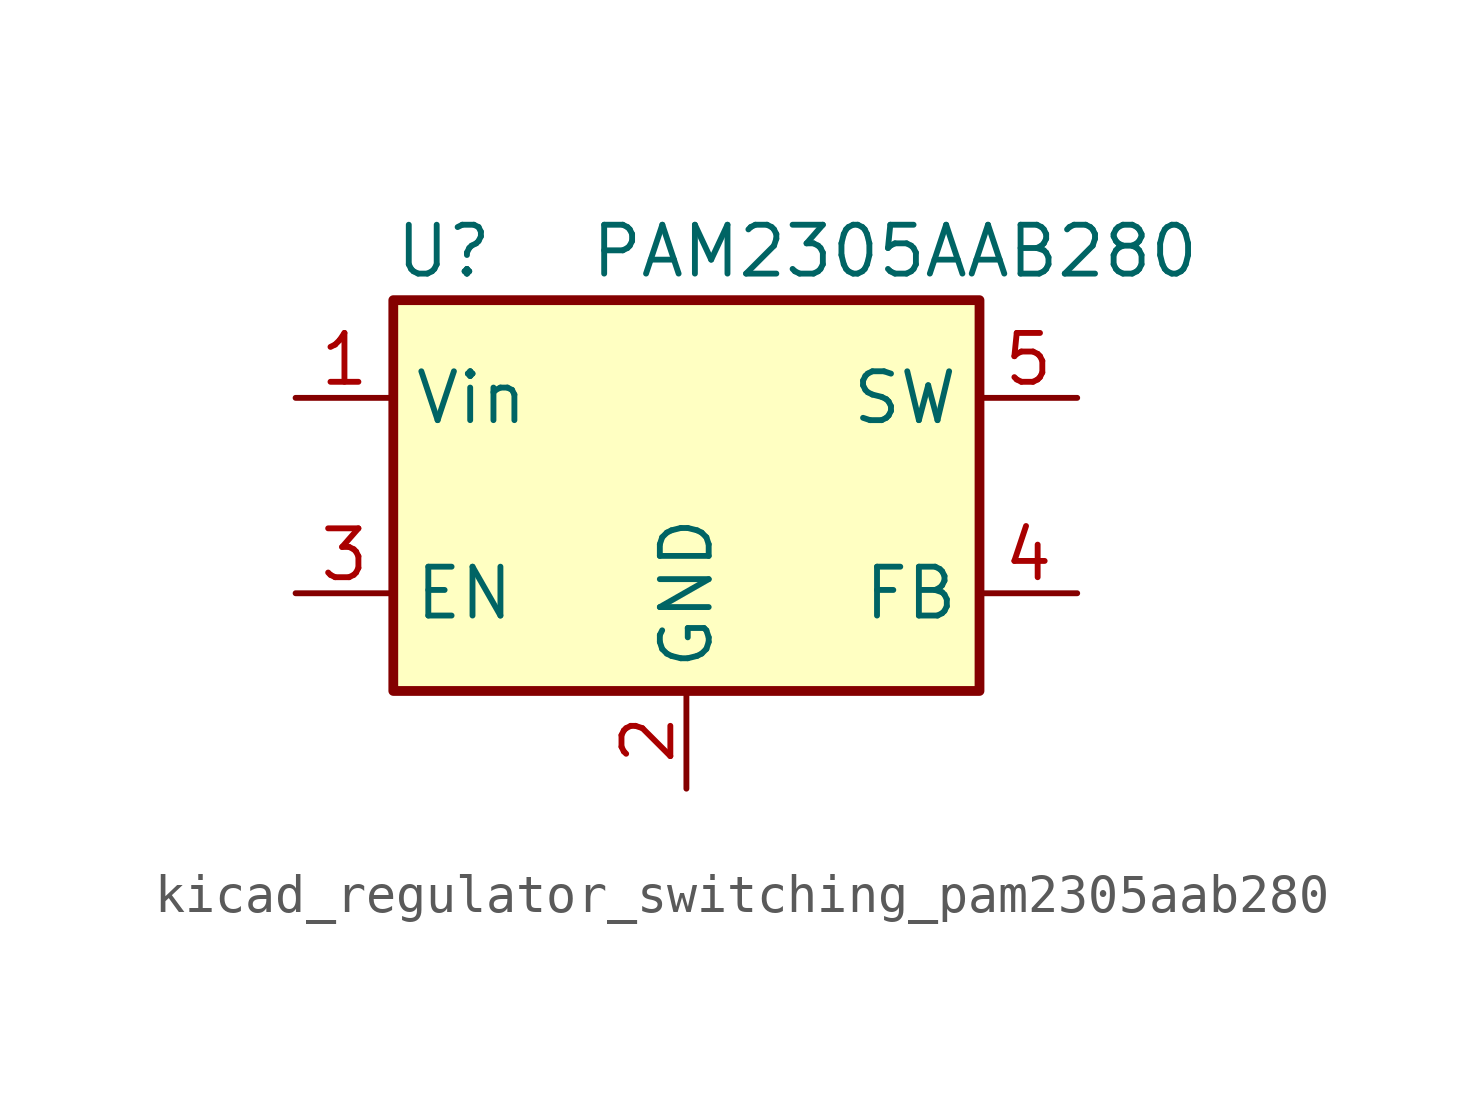
<source format=kicad_sym>
(kicad_symbol_lib
  (version 20220914)
  (generator kicad_symbol_editor)
  (symbol "kicad_regulator_switching_pam2305aab280"
    (property "Reference" "U"
      (at -7.62 6.35 0)
      (effects (font (size 1.27 1.27)) (justify left)))
    (property "Value" "PAM2305AAB280"
      (at -2.54 6.35 0)
      (effects (font (size 1.27 1.27)) (justify left)))
    (symbol "kicad_regulator_switching_pam2305aab280_0_1"
      (rectangle (start -7.62 5.08) (end 7.62 -5.08) (stroke (width 0.254) (type default)) (fill (type background))))
    (symbol "kicad_regulator_switching_pam2305aab280_1_1"
      (pin power_in line (at -10.16 2.54 0) (length 2.54) (name "Vin" (effects (font (size 1.27 1.27)))) (number "1" (effects (font (size 1.27 1.27)))))
      (pin power_in line (at 0 -7.62 90) (length 2.54) (name "GND" (effects (font (size 1.27 1.27)))) (number "2" (effects (font (size 1.27 1.27)))))
      (pin input line (at -10.16 -2.54 0) (length 2.54) (name "EN" (effects (font (size 1.27 1.27)))) (number "3" (effects (font (size 1.27 1.27)))))
      (pin input line (at 10.16 -2.54 180) (length 2.54) (name "FB" (effects (font (size 1.27 1.27)))) (number "4" (effects (font (size 1.27 1.27)))))
      (pin output line (at 10.16 2.54 180) (length 2.54) (name "SW" (effects (font (size 1.27 1.27)))) (number "5" (effects (font (size 1.27 1.27))))))))
</source>
